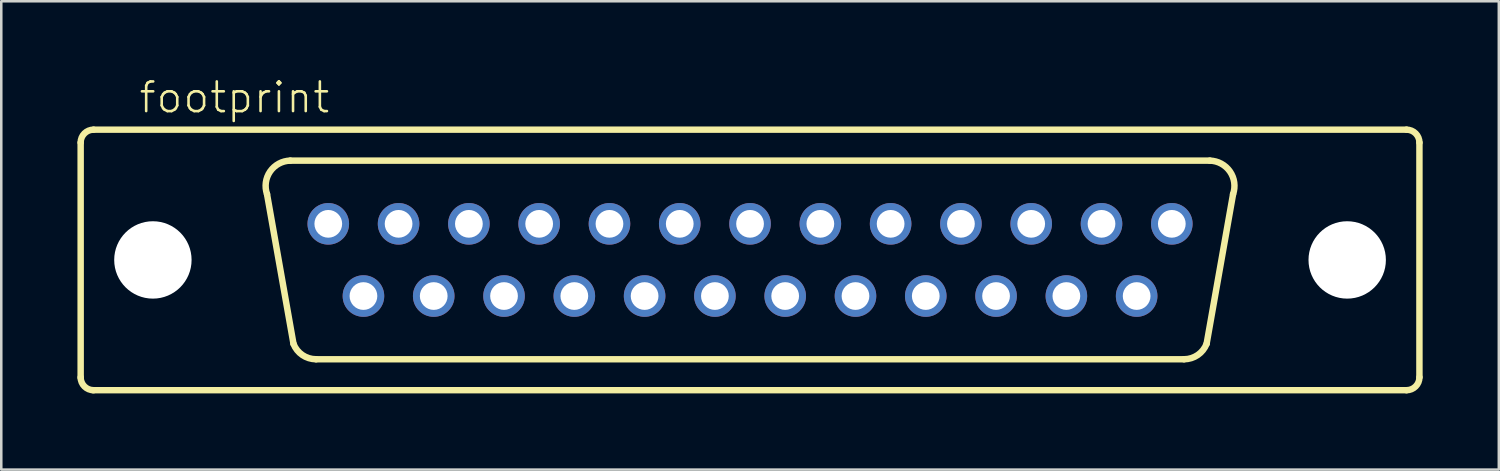
<source format=kicad_pcb>
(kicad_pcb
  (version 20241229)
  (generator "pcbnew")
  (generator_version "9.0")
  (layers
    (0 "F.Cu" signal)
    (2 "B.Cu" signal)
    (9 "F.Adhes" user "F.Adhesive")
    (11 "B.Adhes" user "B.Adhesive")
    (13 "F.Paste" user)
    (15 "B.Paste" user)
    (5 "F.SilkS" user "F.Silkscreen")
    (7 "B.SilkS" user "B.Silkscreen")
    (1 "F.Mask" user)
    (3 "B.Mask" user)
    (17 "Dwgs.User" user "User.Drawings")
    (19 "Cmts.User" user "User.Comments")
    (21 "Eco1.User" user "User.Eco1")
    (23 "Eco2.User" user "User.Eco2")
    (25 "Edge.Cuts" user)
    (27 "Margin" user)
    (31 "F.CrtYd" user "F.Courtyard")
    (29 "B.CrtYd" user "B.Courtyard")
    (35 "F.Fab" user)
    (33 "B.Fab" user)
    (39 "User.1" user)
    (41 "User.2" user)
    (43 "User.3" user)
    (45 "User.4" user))
  (footprint "footprint"
    (layer "F.Cu")
    (at 26.492 7.188)
    (property "Reference" "footprint" (at -24.13 -5.715 0) (layer "F.SilkS") (effects (font (size 1.168 1.168) (thickness 0.102)) (justify left bottom)))
    (fp_line (start -26.365 4.648) (end -26.365 -4.623) (stroke (width 0.254) (type solid)) (layer "F.SilkS"))
    (fp_line (start -25.857 -5.131) (end 25.857 -5.131) (stroke (width 0.254) (type solid)) (layer "F.SilkS"))
    (fp_line (start -17.983 3.302) (end -19.025 -2.591) (stroke (width 0.254) (type solid)) (layer "F.SilkS"))
    (fp_line (start 17.094 3.912) (end -17.094 3.912) (stroke (width 0.254) (type solid)) (layer "F.SilkS"))
    (fp_line (start 17.983 3.302) (end 19.025 -2.591) (stroke (width 0.254) (type solid)) (layer "F.SilkS"))
    (fp_line (start 18.11 -3.912) (end -18.11 -3.912) (stroke (width 0.254) (type solid)) (layer "F.SilkS"))
    (fp_line (start 25.857 5.131) (end -25.883 5.131) (stroke (width 0.254) (type solid)) (layer "F.SilkS"))
    (fp_line (start 26.365 -4.623) (end 26.365 4.623) (stroke (width 0.254) (type solid)) (layer "F.SilkS"))
    (fp_arc (start -26.3652 -4.6228) (mid -26.21641 -4.98201) (end -25.8572 -5.1308) (stroke (width 0.254) (type solid)) (layer "F.SilkS"))
    (fp_arc (start -25.8572 5.1308) (mid -26.21641 4.98201) (end -26.3652 4.6228) (stroke (width 0.254) (type solid)) (layer "F.SilkS"))
    (fp_arc (start -19.0246 -2.5908) (mid -18.902742 -3.483361) (end -18.110198 -3.911601) (stroke (width 0.254) (type solid)) (layer "F.SilkS"))
    (fp_arc (start -17.094199 3.911601) (mid -17.633228 3.744655) (end -17.9832 3.302) (stroke (width 0.254) (type solid)) (layer "F.SilkS"))
    (fp_arc (start 17.983199 3.301999) (mid 17.633228 3.744653) (end 17.0942 3.9116) (stroke (width 0.254) (type solid)) (layer "F.SilkS"))
    (fp_arc (start 18.1102 -3.9116) (mid 18.902743 -3.48336) (end 19.024599 -2.590799) (stroke (width 0.254) (type solid)) (layer "F.SilkS"))
    (fp_arc (start 25.8572 -5.1308) (mid 26.21641 -4.98201) (end 26.3652 -4.6228) (stroke (width 0.254) (type solid)) (layer "F.SilkS"))
    (fp_arc (start 26.3652 4.6228) (mid 26.21641 4.98201) (end 25.8572 5.1308) (stroke (width 0.254) (type solid)) (layer "F.SilkS"))
    (pad "" np_thru_hole circle (at -23.52 0) (size 3.048 3.048) (drill 3.048) (layers "*.Cu" "*.Mask"))
    (pad "" np_thru_hole circle (at 23.52 0) (size 3.048 3.048) (drill 3.048) (layers "*.Cu" "*.Mask"))
    (pad "1" thru_hole circle (at -16.612 -1.422 180) (size 1.638 1.638) (drill 1.092) (layers "*.Cu" "*.Mask"))
    (pad "2" thru_hole circle (at -13.843 -1.422 180) (size 1.638 1.638) (drill 1.092) (layers "*.Cu" "*.Mask"))
    (pad "3" thru_hole circle (at -11.074 -1.422 180) (size 1.638 1.638) (drill 1.092) (layers "*.Cu" "*.Mask"))
    (pad "4" thru_hole circle (at -8.306 -1.422 180) (size 1.638 1.638) (drill 1.092) (layers "*.Cu" "*.Mask"))
    (pad "5" thru_hole circle (at -5.537 -1.422 180) (size 1.638 1.638) (drill 1.092) (layers "*.Cu" "*.Mask"))
    (pad "6" thru_hole circle (at -2.769 -1.422 180) (size 1.638 1.638) (drill 1.092) (layers "*.Cu" "*.Mask"))
    (pad "7" thru_hole circle (at 0 -1.422 180) (size 1.638 1.638) (drill 1.092) (layers "*.Cu" "*.Mask"))
    (pad "8" thru_hole circle (at 2.769 -1.422 180) (size 1.638 1.638) (drill 1.092) (layers "*.Cu" "*.Mask"))
    (pad "9" thru_hole circle (at 5.537 -1.422 180) (size 1.638 1.638) (drill 1.092) (layers "*.Cu" "*.Mask"))
    (pad "10" thru_hole circle (at 8.306 -1.422 180) (size 1.638 1.638) (drill 1.092) (layers "*.Cu" "*.Mask"))
    (pad "11" thru_hole circle (at 11.074 -1.422 180) (size 1.638 1.638) (drill 1.092) (layers "*.Cu" "*.Mask"))
    (pad "12" thru_hole circle (at 13.843 -1.422 180) (size 1.638 1.638) (drill 1.092) (layers "*.Cu" "*.Mask"))
    (pad "13" thru_hole circle (at 16.612 -1.422 180) (size 1.638 1.638) (drill 1.092) (layers "*.Cu" "*.Mask"))
    (pad "14" thru_hole circle (at -15.227 1.422 180) (size 1.638 1.638) (drill 1.092) (layers "*.Cu" "*.Mask"))
    (pad "15" thru_hole circle (at -12.459 1.422 180) (size 1.638 1.638) (drill 1.092) (layers "*.Cu" "*.Mask"))
    (pad "16" thru_hole circle (at -9.69 1.422 180) (size 1.638 1.638) (drill 1.092) (layers "*.Cu" "*.Mask"))
    (pad "17" thru_hole circle (at -6.921 1.422 180) (size 1.638 1.638) (drill 1.092) (layers "*.Cu" "*.Mask"))
    (pad "18" thru_hole circle (at -4.153 1.422 180) (size 1.638 1.638) (drill 1.092) (layers "*.Cu" "*.Mask"))
    (pad "19" thru_hole circle (at -1.384 1.422 180) (size 1.638 1.638) (drill 1.092) (layers "*.Cu" "*.Mask"))
    (pad "20" thru_hole circle (at 1.384 1.422 180) (size 1.638 1.638) (drill 1.092) (layers "*.Cu" "*.Mask"))
    (pad "21" thru_hole circle (at 4.153 1.422 180) (size 1.638 1.638) (drill 1.092) (layers "*.Cu" "*.Mask"))
    (pad "22" thru_hole circle (at 6.921 1.422 180) (size 1.638 1.638) (drill 1.092) (layers "*.Cu" "*.Mask"))
    (pad "23" thru_hole circle (at 9.69 1.422 180) (size 1.638 1.638) (drill 1.092) (layers "*.Cu" "*.Mask"))
    (pad "24" thru_hole circle (at 12.459 1.422 180) (size 1.638 1.638) (drill 1.092) (layers "*.Cu" "*.Mask"))
    (pad "25" thru_hole circle (at 15.227 1.422 180) (size 1.638 1.638) (drill 1.092) (layers "*.Cu" "*.Mask")))
  (gr_rect
    (start -3 -3)
    (end 55.984 15.446)
    (stroke (width 0.1) (type default))
    (fill no)
    (layer "Edge.Cuts")))
</source>
